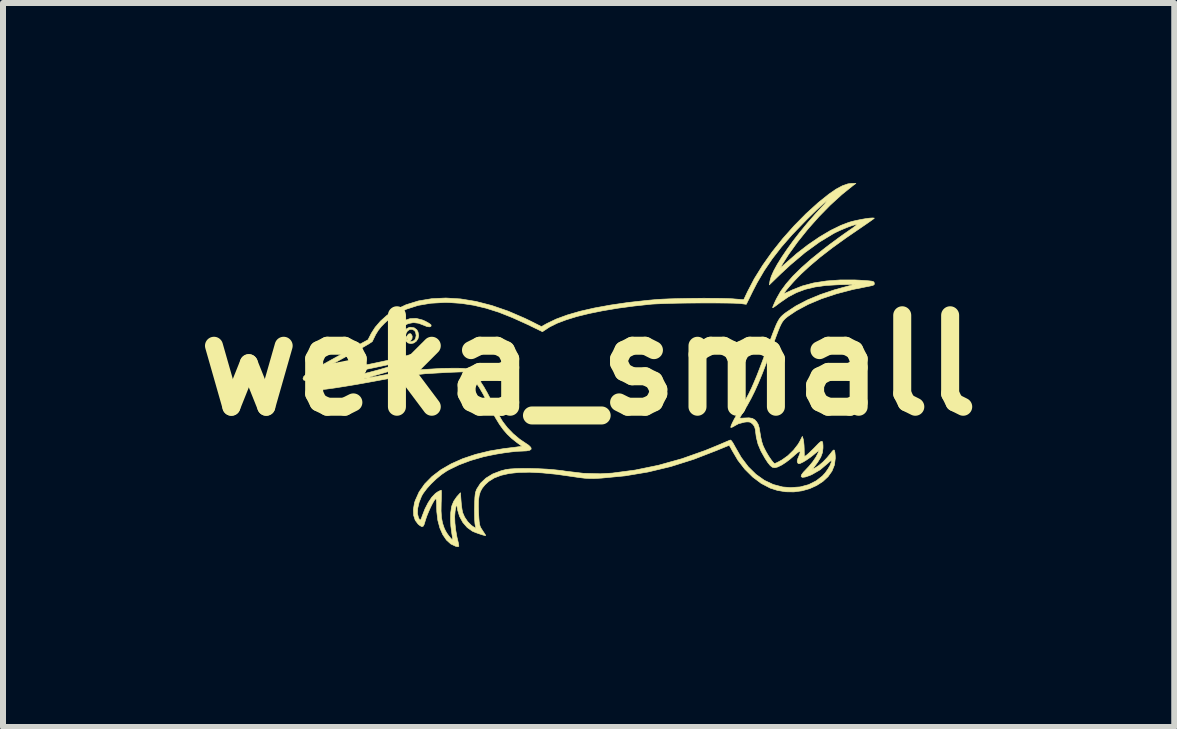
<source format=kicad_pcb>
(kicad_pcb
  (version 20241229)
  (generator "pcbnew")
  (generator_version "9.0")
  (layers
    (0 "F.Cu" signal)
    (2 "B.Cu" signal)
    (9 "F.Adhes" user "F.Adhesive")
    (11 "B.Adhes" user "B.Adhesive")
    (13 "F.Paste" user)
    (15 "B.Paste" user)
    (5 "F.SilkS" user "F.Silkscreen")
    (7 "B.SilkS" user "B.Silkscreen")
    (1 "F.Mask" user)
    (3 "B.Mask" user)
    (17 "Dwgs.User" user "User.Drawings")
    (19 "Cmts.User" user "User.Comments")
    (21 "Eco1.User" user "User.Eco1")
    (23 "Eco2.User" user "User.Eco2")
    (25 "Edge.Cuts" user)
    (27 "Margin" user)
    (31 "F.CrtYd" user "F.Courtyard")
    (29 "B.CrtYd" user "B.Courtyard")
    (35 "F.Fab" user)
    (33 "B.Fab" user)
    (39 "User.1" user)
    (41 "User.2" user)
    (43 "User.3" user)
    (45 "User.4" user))
  (footprint "weka_small"
    (layer "F.Cu")
    (at 6.756 3.037)
    (property "Reference" "weka_small" (at 0 0 0) (layer "F.SilkS") (effects (font (size 1.524 1.524) (thickness 0.3))))
    (attr through_hole)
    (fp_poly (pts (xy -2.768 -0.756) (xy -2.724 -0.737) (xy -2.674 -0.71) (xy -2.638 -0.686) (xy -2.623 -0.671) (xy -2.627 -0.649) (xy -2.653 -0.641) (xy -2.696 -0.648) (xy -2.742 -0.667) (xy -2.833 -0.702) (xy -2.917 -0.713) (xy -3.002 -0.697) (xy -3.09 -0.655) (xy -3.169 -0.602) (xy -3.228 -0.558) (xy -3.267 -0.534) (xy -3.29 -0.527) (xy -3.3 -0.536) (xy -3.302 -0.554) (xy -3.289 -0.586) (xy -3.253 -0.626) (xy -3.202 -0.669) (xy -3.14 -0.711) (xy -3.08 -0.744) (xy -2.976 -0.778) (xy -2.873 -0.783) (xy -2.768 -0.756)) (stroke (width 0.01) (type solid)) (fill yes) (layer "F.SilkS"))
    (fp_poly (pts (xy -2.904 -0.625) (xy -2.862 -0.593) (xy -2.842 -0.557) (xy -2.831 -0.498) (xy -2.842 -0.445) (xy -2.871 -0.402) (xy -2.912 -0.373) (xy -2.959 -0.362) (xy -3.007 -0.373) (xy -3.047 -0.407) (xy -3.061 -0.437) (xy -3.032 -0.437) (xy -3.024 -0.429) (xy -3.016 -0.437) (xy -3.024 -0.445) (xy -3.032 -0.437) (xy -3.061 -0.437) (xy -3.073 -0.46) (xy -3.075 -0.493) (xy -3.048 -0.493) (xy -3.046 -0.465) (xy -3.039 -0.467) (xy -3.029 -0.484) (xy -3 -0.522) (xy -2.971 -0.529) (xy -2.957 -0.521) (xy -2.939 -0.489) (xy -2.941 -0.449) (xy -2.96 -0.417) (xy -2.965 -0.414) (xy -2.982 -0.402) (xy -2.971 -0.398) (xy -2.958 -0.397) (xy -2.918 -0.408) (xy -2.898 -0.422) (xy -2.881 -0.455) (xy -2.873 -0.499) (xy -2.873 -0.5) (xy -2.881 -0.545) (xy -2.898 -0.578) (xy -2.898 -0.578) (xy -2.939 -0.601) (xy -2.981 -0.598) (xy -3.018 -0.572) (xy -3.042 -0.53) (xy -3.048 -0.493) (xy -3.075 -0.493) (xy -3.077 -0.517) (xy -3.062 -0.571) (xy -3.03 -0.612) (xy -2.984 -0.634) (xy -2.966 -0.635) (xy -2.904 -0.625)) (stroke (width 0.01) (type solid)) (fill yes) (layer "F.SilkS"))
    (fp_poly (pts (xy 4.453 -3.031) (xy 4.405 -2.996) (xy 4.218 -2.845) (xy 4.026 -2.67) (xy 3.837 -2.477) (xy 3.654 -2.271) (xy 3.483 -2.058) (xy 3.33 -1.846) (xy 3.222 -1.675) (xy 3.205 -1.645) (xy 3.199 -1.632) (xy 3.208 -1.635) (xy 3.235 -1.658) (xy 3.281 -1.7) (xy 3.287 -1.705) (xy 3.471 -1.866) (xy 3.659 -2.011) (xy 3.847 -2.139) (xy 4.029 -2.247) (xy 4.203 -2.332) (xy 4.329 -2.38) (xy 4.387 -2.398) (xy 4.458 -2.414) (xy 4.535 -2.43) (xy 4.61 -2.443) (xy 4.676 -2.452) (xy 4.727 -2.456) (xy 4.757 -2.454) (xy 4.76 -2.452) (xy 4.749 -2.442) (xy 4.716 -2.418) (xy 4.665 -2.382) (xy 4.6 -2.337) (xy 4.546 -2.3) (xy 4.289 -2.124) (xy 4.06 -1.959) (xy 3.858 -1.803) (xy 3.683 -1.655) (xy 3.539 -1.522) (xy 3.487 -1.469) (xy 3.431 -1.411) (xy 3.378 -1.352) (xy 3.329 -1.296) (xy 3.29 -1.249) (xy 3.265 -1.215) (xy 3.257 -1.198) (xy 3.258 -1.198) (xy 3.273 -1.202) (xy 3.31 -1.218) (xy 3.362 -1.242) (xy 3.391 -1.256) (xy 3.558 -1.322) (xy 3.748 -1.373) (xy 3.961 -1.406) (xy 4.191 -1.423) (xy 4.436 -1.423) (xy 4.516 -1.419) (xy 4.608 -1.413) (xy 4.673 -1.408) (xy 4.715 -1.403) (xy 4.74 -1.397) (xy 4.753 -1.388) (xy 4.758 -1.376) (xy 4.76 -1.37) (xy 4.758 -1.346) (xy 4.738 -1.333) (xy 4.704 -1.325) (xy 4.405 -1.265) (xy 4.131 -1.193) (xy 3.881 -1.11) (xy 3.658 -1.016) (xy 3.463 -0.912) (xy 3.332 -0.824) (xy 3.3 -0.8) (xy 3.274 -0.778) (xy 3.251 -0.754) (xy 3.229 -0.725) (xy 3.208 -0.688) (xy 3.184 -0.638) (xy 3.158 -0.573) (xy 3.126 -0.489) (xy 3.087 -0.382) (xy 3.039 -0.25) (xy 3.03 -0.226) (xy 2.957 -0.027) (xy 2.89 0.146) (xy 2.827 0.298) (xy 2.766 0.433) (xy 2.704 0.557) (xy 2.639 0.675) (xy 2.569 0.79) (xy 2.53 0.851) (xy 2.519 0.869) (xy 2.523 0.878) (xy 2.546 0.88) (xy 2.595 0.877) (xy 2.672 0.874) (xy 2.727 0.883) (xy 2.769 0.907) (xy 2.8 0.941) (xy 2.825 0.983) (xy 2.842 1.038) (xy 2.855 1.116) (xy 2.856 1.121) (xy 2.868 1.195) (xy 2.885 1.271) (xy 2.904 1.33) (xy 2.905 1.333) (xy 2.93 1.388) (xy 2.963 1.45) (xy 3 1.512) (xy 3.037 1.567) (xy 3.069 1.609) (xy 3.093 1.633) (xy 3.1 1.635) (xy 3.123 1.627) (xy 3.164 1.607) (xy 3.215 1.579) (xy 3.221 1.576) (xy 3.321 1.504) (xy 3.414 1.413) (xy 3.49 1.315) (xy 3.52 1.264) (xy 3.561 1.183) (xy 3.576 1.23) (xy 3.583 1.27) (xy 3.589 1.329) (xy 3.592 1.395) (xy 3.592 1.4) (xy 3.594 1.522) (xy 3.636 1.492) (xy 3.665 1.467) (xy 3.708 1.426) (xy 3.759 1.376) (xy 3.782 1.352) (xy 3.834 1.298) (xy 3.869 1.269) (xy 3.89 1.265) (xy 3.901 1.288) (xy 3.905 1.337) (xy 3.905 1.378) (xy 3.896 1.453) (xy 3.867 1.531) (xy 3.815 1.616) (xy 3.792 1.647) (xy 3.728 1.733) (xy 3.779 1.706) (xy 3.839 1.666) (xy 3.908 1.607) (xy 3.976 1.535) (xy 4.028 1.472) (xy 4.06 1.43) (xy 4.08 1.411) (xy 4.091 1.411) (xy 4.098 1.423) (xy 4.104 1.454) (xy 4.109 1.505) (xy 4.11 1.548) (xy 4.096 1.659) (xy 4.055 1.761) (xy 3.989 1.854) (xy 3.903 1.934) (xy 3.799 2.001) (xy 3.682 2.054) (xy 3.555 2.09) (xy 3.42 2.108) (xy 3.283 2.106) (xy 3.145 2.083) (xy 3.024 2.044) (xy 2.875 1.966) (xy 2.734 1.86) (xy 2.603 1.73) (xy 2.487 1.58) (xy 2.391 1.417) (xy 2.367 1.372) (xy 2.349 1.342) (xy 2.341 1.333) (xy 2.324 1.339) (xy 2.284 1.355) (xy 2.226 1.379) (xy 2.155 1.408) (xy 2.139 1.415) (xy 1.751 1.565) (xy 1.368 1.686) (xy 0.988 1.777) (xy 0.606 1.841) (xy 0.219 1.878) (xy 0.167 1.881) (xy 0.083 1.885) (xy 0.009 1.884) (xy -0.065 1.88) (xy -0.149 1.87) (xy -0.252 1.855) (xy -0.278 1.851) (xy -0.539 1.814) (xy -0.773 1.791) (xy -0.981 1.78) (xy -1.163 1.784) (xy -1.322 1.801) (xy -1.458 1.832) (xy -1.573 1.876) (xy -1.667 1.935) (xy -1.726 1.99) (xy -1.771 2.045) (xy -1.803 2.102) (xy -1.823 2.168) (xy -1.834 2.248) (xy -1.836 2.349) (xy -1.833 2.455) (xy -1.828 2.542) (xy -1.823 2.604) (xy -1.816 2.649) (xy -1.807 2.682) (xy -1.793 2.711) (xy -1.772 2.743) (xy -1.768 2.75) (xy -1.74 2.792) (xy -1.72 2.823) (xy -1.714 2.834) (xy -1.728 2.835) (xy -1.762 2.826) (xy -1.809 2.811) (xy -1.861 2.793) (xy -1.908 2.775) (xy -1.937 2.762) (xy -2.022 2.701) (xy -2.095 2.617) (xy -2.15 2.516) (xy -2.183 2.407) (xy -2.185 2.39) (xy -2.192 2.349) (xy -2.199 2.325) (xy -2.201 2.323) (xy -2.207 2.341) (xy -2.215 2.381) (xy -2.224 2.43) (xy -2.231 2.518) (xy -2.227 2.626) (xy -2.214 2.743) (xy -2.193 2.862) (xy -2.181 2.911) (xy -2.169 2.962) (xy -2.163 3) (xy -2.162 3.015) (xy -2.179 3.02) (xy -2.212 3.015) (xy -2.295 2.976) (xy -2.368 2.91) (xy -2.429 2.82) (xy -2.478 2.709) (xy -2.512 2.581) (xy -2.529 2.439) (xy -2.531 2.379) (xy -2.532 2.302) (xy -2.535 2.254) (xy -2.54 2.229) (xy -2.548 2.224) (xy -2.552 2.226) (xy -2.573 2.253) (xy -2.602 2.303) (xy -2.634 2.367) (xy -2.666 2.439) (xy -2.695 2.51) (xy -2.717 2.574) (xy -2.722 2.591) (xy -2.74 2.651) (xy -2.758 2.682) (xy -2.781 2.686) (xy -2.814 2.666) (xy -2.84 2.645) (xy -2.888 2.581) (xy -2.915 2.499) (xy -2.919 2.401) (xy -2.901 2.292) (xy -2.888 2.252) (xy -2.824 2.109) (xy -2.73 1.975) (xy -2.609 1.852) (xy -2.462 1.74) (xy -2.291 1.641) (xy -2.098 1.555) (xy -1.883 1.483) (xy -1.649 1.426) (xy -1.397 1.384) (xy -1.365 1.381) (xy -1.293 1.372) (xy -1.226 1.364) (xy -1.177 1.357) (xy -1.162 1.355) (xy -1.11 1.348) (xy -1.202 1.28) (xy -1.282 1.216) (xy -1.353 1.149) (xy -1.419 1.073) (xy -1.483 0.985) (xy -1.548 0.879) (xy -1.618 0.752) (xy -1.688 0.614) (xy -1.755 0.482) (xy -1.816 0.377) (xy -1.872 0.292) (xy -1.927 0.226) (xy -1.983 0.174) (xy -2.005 0.156) (xy -2.072 0.107) (xy -2.342 0.117) (xy -2.721 0.139) (xy -3.085 0.18) (xy -3.397 0.232) (xy -3.651 0.279) (xy -3.874 0.319) (xy -4.068 0.351) (xy -4.233 0.377) (xy -4.371 0.396) (xy -4.482 0.407) (xy -4.567 0.412) (xy -4.626 0.41) (xy -4.661 0.402) (xy -4.672 0.391) (xy -4.675 0.377) (xy -4.67 0.365) (xy -4.652 0.353) (xy -4.619 0.341) (xy -4.567 0.327) (xy -4.492 0.309) (xy -4.391 0.287) (xy -4.35 0.278) (xy -4.107 0.225) (xy -4.079 0.218) (xy -3.74 0.218) (xy -3.724 0.221) (xy -3.703 0.218) (xy -3.703 0.213) (xy -3.724 0.209) (xy -3.734 0.211) (xy -3.74 0.218) (xy -4.079 0.218) (xy -3.879 0.172) (xy -3.669 0.12) (xy -3.481 0.07) (xy -3.319 0.022) (xy -3.271 0.007) (xy -3.193 -0.019) (xy -3.127 -0.041) (xy -3.079 -0.058) (xy -3.053 -0.069) (xy -3.05 -0.071) (xy -3.067 -0.07) (xy -3.108 -0.063) (xy -3.167 -0.05) (xy -3.223 -0.037) (xy -3.303 -0.019) (xy -3.403 0.003) (xy -3.518 0.027) (xy -3.646 0.054) (xy -3.781 0.081) (xy -3.92 0.109) (xy -4.059 0.136) (xy -4.194 0.162) (xy -4.322 0.187) (xy -4.439 0.209) (xy -4.54 0.227) (xy -4.622 0.241) (xy -4.681 0.25) (xy -4.713 0.254) (xy -4.714 0.254) (xy -4.748 0.244) (xy -4.758 0.218) (xy -4.745 0.186) (xy -4.729 0.17) (xy -4.706 0.153) (xy -4.567 0.153) (xy -4.549 0.153) (xy -4.504 0.147) (xy -4.435 0.135) (xy -4.347 0.119) (xy -4.242 0.1) (xy -4.125 0.077) (xy -3.999 0.052) (xy -3.868 0.026) (xy -3.736 -0.001) (xy -3.607 -0.028) (xy -3.483 -0.054) (xy -3.369 -0.079) (xy -3.33 -0.087) (xy -3.032 -0.087) (xy -3.024 -0.079) (xy -3.016 -0.087) (xy -3.024 -0.095) (xy -3.032 -0.087) (xy -3.33 -0.087) (xy -3.269 -0.101) (xy -3.186 -0.12) (xy -3.154 -0.128) (xy -3.042 -0.158) (xy -2.955 -0.184) (xy -2.887 -0.208) (xy -2.835 -0.233) (xy -2.79 -0.261) (xy -2.78 -0.269) (xy -2.726 -0.309) (xy -2.737 -0.246) (xy -2.756 -0.192) (xy -2.787 -0.142) (xy -2.791 -0.138) (xy -2.849 -0.092) (xy -2.938 -0.043) (xy -3.057 0.008) (xy -3.206 0.062) (xy -3.385 0.118) (xy -3.497 0.15) (xy -3.581 0.174) (xy -3.634 0.191) (xy -3.658 0.201) (xy -3.651 0.203) (xy -3.614 0.198) (xy -3.546 0.187) (xy -3.448 0.168) (xy -3.437 0.166) (xy -3.094 0.108) (xy -2.768 0.07) (xy -2.451 0.051) (xy -2.276 0.048) (xy -2.184 0.048) (xy -2.118 0.049) (xy -2.072 0.052) (xy -2.039 0.057) (xy -2.015 0.067) (xy -1.992 0.08) (xy -1.975 0.092) (xy -1.913 0.142) (xy -1.857 0.2) (xy -1.802 0.27) (xy -1.745 0.358) (xy -1.683 0.467) (xy -1.627 0.575) (xy -1.58 0.667) (xy -1.533 0.756) (xy -1.49 0.836) (xy -1.455 0.899) (xy -1.432 0.936) (xy -1.353 1.039) (xy -1.255 1.14) (xy -1.148 1.23) (xy -1.065 1.286) (xy -0.998 1.331) (xy -0.962 1.367) (xy -0.956 1.394) (xy -0.98 1.414) (xy -1.036 1.425) (xy -1.12 1.429) (xy -1.197 1.432) (xy -1.296 1.443) (xy -1.409 1.458) (xy -1.528 1.477) (xy -1.645 1.5) (xy -1.752 1.523) (xy -1.759 1.525) (xy -1.966 1.585) (xy -2.158 1.657) (xy -2.327 1.739) (xy -2.367 1.762) (xy -2.451 1.819) (xy -2.538 1.891) (xy -2.622 1.971) (xy -2.696 2.053) (xy -2.754 2.13) (xy -2.782 2.177) (xy -2.824 2.283) (xy -2.847 2.381) (xy -2.851 2.469) (xy -2.834 2.539) (xy -2.819 2.565) (xy -2.807 2.577) (xy -2.796 2.57) (xy -2.783 2.541) (xy -2.771 2.507) (xy -2.726 2.391) (xy -2.672 2.286) (xy -2.613 2.198) (xy -2.551 2.133) (xy -2.507 2.103) (xy -2.474 2.087) (xy -2.455 2.08) (xy -2.455 2.08) (xy -2.453 2.095) (xy -2.452 2.135) (xy -2.453 2.196) (xy -2.455 2.271) (xy -2.456 2.29) (xy -2.458 2.425) (xy -2.451 2.536) (xy -2.433 2.63) (xy -2.404 2.715) (xy -2.383 2.758) (xy -2.36 2.797) (xy -2.329 2.84) (xy -2.299 2.877) (xy -2.275 2.901) (xy -2.266 2.905) (xy -2.266 2.891) (xy -2.27 2.853) (xy -2.279 2.799) (xy -2.28 2.79) (xy -2.295 2.676) (xy -2.3 2.561) (xy -2.297 2.453) (xy -2.284 2.362) (xy -2.277 2.336) (xy -2.246 2.262) (xy -2.2 2.195) (xy -2.194 2.187) (xy -2.135 2.122) (xy -2.125 2.256) (xy -2.119 2.328) (xy -2.109 2.397) (xy -2.099 2.449) (xy -2.097 2.456) (xy -2.065 2.529) (xy -2.015 2.603) (xy -1.955 2.664) (xy -1.926 2.685) (xy -1.875 2.716) (xy -1.889 2.664) (xy -1.894 2.63) (xy -1.898 2.571) (xy -1.9 2.494) (xy -1.901 2.408) (xy -1.9 2.373) (xy -1.898 2.277) (xy -1.895 2.206) (xy -1.89 2.154) (xy -1.883 2.114) (xy -1.871 2.08) (xy -1.863 2.061) (xy -1.8 1.963) (xy -1.711 1.879) (xy -1.597 1.809) (xy -1.46 1.757) (xy -1.38 1.736) (xy -1.308 1.726) (xy -1.21 1.72) (xy -1.094 1.717) (xy -0.965 1.718) (xy -0.829 1.722) (xy -0.693 1.729) (xy -0.563 1.74) (xy -0.445 1.753) (xy -0.381 1.763) (xy -0.089 1.798) (xy 0.198 1.806) (xy 0.393 1.795) (xy 0.777 1.744) (xy 1.165 1.664) (xy 1.555 1.555) (xy 1.942 1.418) (xy 2.116 1.347) (xy 2.195 1.314) (xy 2.265 1.284) (xy 2.319 1.261) (xy 2.353 1.247) (xy 2.361 1.243) (xy 2.377 1.253) (xy 2.402 1.287) (xy 2.433 1.342) (xy 2.438 1.352) (xy 2.543 1.534) (xy 2.66 1.689) (xy 2.789 1.816) (xy 2.928 1.915) (xy 3.077 1.985) (xy 3.234 2.026) (xy 3.365 2.036) (xy 3.525 2.025) (xy 3.666 1.987) (xy 3.793 1.923) (xy 3.894 1.844) (xy 3.941 1.793) (xy 3.985 1.731) (xy 4.021 1.67) (xy 4.043 1.616) (xy 4.048 1.59) (xy 4.038 1.588) (xy 4.013 1.606) (xy 3.981 1.635) (xy 3.857 1.74) (xy 3.72 1.819) (xy 3.68 1.836) (xy 3.609 1.86) (xy 3.562 1.866) (xy 3.541 1.853) (xy 3.546 1.825) (xy 3.578 1.781) (xy 3.605 1.753) (xy 3.672 1.682) (xy 3.735 1.605) (xy 3.786 1.531) (xy 3.818 1.47) (xy 3.843 1.411) (xy 3.746 1.491) (xy 3.687 1.537) (xy 3.626 1.579) (xy 3.575 1.61) (xy 3.574 1.61) (xy 3.529 1.632) (xy 3.504 1.639) (xy 3.49 1.632) (xy 3.482 1.622) (xy 3.475 1.594) (xy 3.486 1.552) (xy 3.495 1.532) (xy 3.518 1.474) (xy 3.525 1.442) (xy 3.514 1.434) (xy 3.484 1.451) (xy 3.435 1.493) (xy 3.417 1.51) (xy 3.354 1.564) (xy 3.285 1.616) (xy 3.222 1.657) (xy 3.209 1.664) (xy 3.15 1.693) (xy 3.103 1.705) (xy 3.063 1.698) (xy 3.026 1.669) (xy 2.984 1.617) (xy 2.941 1.551) (xy 2.871 1.427) (xy 2.823 1.313) (xy 2.794 1.197) (xy 2.785 1.129) (xy 2.777 1.065) (xy 2.765 1.023) (xy 2.745 0.992) (xy 2.731 0.977) (xy 2.703 0.953) (xy 2.676 0.943) (xy 2.637 0.942) (xy 2.599 0.946) (xy 2.498 0.972) (xy 2.442 1.002) (xy 2.403 1.025) (xy 2.376 1.035) (xy 2.368 1.033) (xy 2.373 1.009) (xy 2.393 0.962) (xy 2.426 0.897) (xy 2.471 0.817) (xy 2.524 0.726) (xy 2.532 0.713) (xy 2.583 0.63) (xy 2.628 0.549) (xy 2.671 0.468) (xy 2.713 0.382) (xy 2.755 0.286) (xy 2.801 0.177) (xy 2.85 0.051) (xy 2.906 -0.097) (xy 2.971 -0.271) (xy 2.975 -0.281) (xy 3.025 -0.417) (xy 3.066 -0.527) (xy 3.1 -0.614) (xy 3.128 -0.682) (xy 3.154 -0.734) (xy 3.178 -0.774) (xy 3.202 -0.806) (xy 3.229 -0.833) (xy 3.26 -0.859) (xy 3.292 -0.883) (xy 3.454 -0.99) (xy 3.644 -1.089) (xy 3.86 -1.179) (xy 4.098 -1.259) (xy 4.228 -1.295) (xy 4.437 -1.351) (xy 4.159 -1.343) (xy 3.953 -1.331) (xy 3.772 -1.306) (xy 3.61 -1.267) (xy 3.463 -1.212) (xy 3.326 -1.14) (xy 3.193 -1.048) (xy 3.183 -1.041) (xy 3.133 -1.003) (xy 3.094 -0.975) (xy 3.07 -0.961) (xy 3.066 -0.961) (xy 3.07 -0.977) (xy 3.086 -1.015) (xy 3.11 -1.069) (xy 3.132 -1.114) (xy 3.2 -1.234) (xy 3.291 -1.358) (xy 3.404 -1.487) (xy 3.542 -1.623) (xy 3.706 -1.768) (xy 3.897 -1.922) (xy 4.008 -2.008) (xy 4.094 -2.071) (xy 4.179 -2.134) (xy 4.259 -2.191) (xy 4.326 -2.238) (xy 4.363 -2.263) (xy 4.413 -2.298) (xy 4.449 -2.326) (xy 4.465 -2.343) (xy 4.465 -2.346) (xy 4.44 -2.343) (xy 4.394 -2.33) (xy 4.332 -2.308) (xy 4.262 -2.28) (xy 4.191 -2.25) (xy 4.125 -2.219) (xy 4.082 -2.197) (xy 3.846 -2.054) (xy 3.605 -1.879) (xy 3.363 -1.675) (xy 3.202 -1.526) (xy 3.011 -1.341) (xy 3.022 -1.41) (xy 3.043 -1.482) (xy 3.084 -1.574) (xy 3.143 -1.682) (xy 3.218 -1.803) (xy 3.308 -1.935) (xy 3.409 -2.075) (xy 3.52 -2.218) (xy 3.64 -2.364) (xy 3.765 -2.508) (xy 3.881 -2.635) (xy 3.933 -2.69) (xy 3.964 -2.726) (xy 3.975 -2.742) (xy 3.968 -2.74) (xy 3.945 -2.722) (xy 3.907 -2.69) (xy 3.857 -2.644) (xy 3.795 -2.586) (xy 3.724 -2.517) (xy 3.645 -2.44) (xy 3.588 -2.382) (xy 3.387 -2.173) (xy 3.212 -1.972) (xy 3.059 -1.775) (xy 2.925 -1.578) (xy 2.807 -1.376) (xy 2.734 -1.235) (xy 2.627 -1.017) (xy 2.54 -1.029) (xy 2.49 -1.033) (xy 2.413 -1.036) (xy 2.314 -1.038) (xy 2.196 -1.039) (xy 2.065 -1.04) (xy 1.924 -1.04) (xy 1.779 -1.039) (xy 1.634 -1.038) (xy 1.493 -1.036) (xy 1.361 -1.033) (xy 1.243 -1.029) (xy 1.142 -1.025) (xy 1.065 -1.021) (xy 1.04 -1.019) (xy 0.753 -0.988) (xy 0.485 -0.952) (xy 0.236 -0.91) (xy 0.009 -0.864) (xy -0.195 -0.814) (xy -0.373 -0.759) (xy -0.524 -0.702) (xy -0.647 -0.641) (xy -0.691 -0.613) (xy -0.769 -0.561) (xy -1.023 -0.684) (xy -1.268 -0.795) (xy -1.495 -0.885) (xy -1.71 -0.953) (xy -1.917 -1.002) (xy -2.121 -1.033) (xy -2.327 -1.047) (xy -2.399 -1.048) (xy -2.63 -1.035) (xy -2.841 -0.999) (xy -3.033 -0.937) (xy -3.205 -0.851) (xy -3.358 -0.74) (xy -3.397 -0.705) (xy -3.456 -0.644) (xy -3.504 -0.584) (xy -3.547 -0.514) (xy -3.59 -0.426) (xy -3.602 -0.399) (xy -3.619 -0.386) (xy -3.659 -0.36) (xy -3.718 -0.325) (xy -3.793 -0.282) (xy -3.879 -0.234) (xy -3.905 -0.22) (xy -4.044 -0.145) (xy -4.171 -0.075) (xy -4.285 -0.012) (xy -4.383 0.042) (xy -4.462 0.088) (xy -4.521 0.122) (xy -4.557 0.145) (xy -4.567 0.153) (xy -4.706 0.153) (xy -4.688 0.141) (xy -4.62 0.098) (xy -4.524 0.042) (xy -4.401 -0.028) (xy -4.25 -0.112) (xy -4.071 -0.21) (xy -4.04 -0.228) (xy -3.675 -0.426) (xy -3.621 -0.532) (xy -3.555 -0.635) (xy -3.466 -0.738) (xy -3.361 -0.832) (xy -3.246 -0.911) (xy -3.233 -0.919) (xy -3.041 -1.01) (xy -2.834 -1.074) (xy -2.612 -1.111) (xy -2.378 -1.122) (xy -2.132 -1.107) (xy -1.876 -1.065) (xy -1.612 -0.997) (xy -1.339 -0.903) (xy -1.061 -0.783) (xy -0.964 -0.736) (xy -0.786 -0.646) (xy -0.695 -0.697) (xy -0.541 -0.771) (xy -0.356 -0.839) (xy -0.143 -0.901) (xy 0.098 -0.956) (xy 0.367 -1.005) (xy 0.661 -1.048) (xy 0.98 -1.083) (xy 1.143 -1.098) (xy 1.234 -1.103) (xy 1.348 -1.108) (xy 1.48 -1.112) (xy 1.623 -1.115) (xy 1.772 -1.117) (xy 1.922 -1.118) (xy 2.065 -1.117) (xy 2.197 -1.116) (xy 2.312 -1.113) (xy 2.402 -1.109) (xy 2.432 -1.106) (xy 2.585 -1.094) (xy 2.649 -1.23) (xy 2.761 -1.444) (xy 2.899 -1.666) (xy 3.057 -1.889) (xy 3.233 -2.11) (xy 3.423 -2.324) (xy 3.622 -2.526) (xy 3.826 -2.711) (xy 4.006 -2.855) (xy 4.122 -2.935) (xy 4.228 -2.992) (xy 4.32 -3.024) (xy 4.381 -3.032) (xy 4.453 -3.031)) (stroke (width 0.01) (type solid)) (fill yes) (layer "F.SilkS")))
  (gr_rect
    (start -3 -3)
    (end 16.513 9.062)
    (stroke (width 0.1) (type default))
    (fill no)
    (layer "Edge.Cuts")))
</source>
